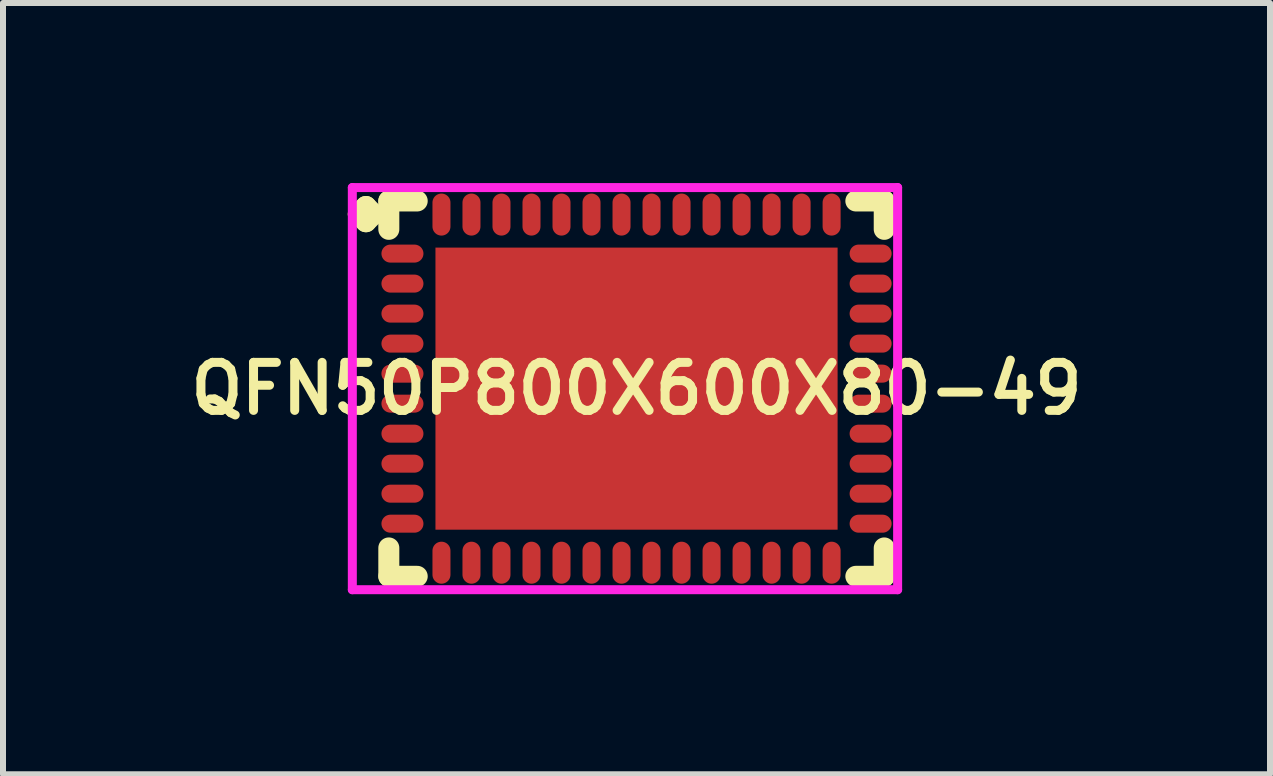
<source format=kicad_pcb>
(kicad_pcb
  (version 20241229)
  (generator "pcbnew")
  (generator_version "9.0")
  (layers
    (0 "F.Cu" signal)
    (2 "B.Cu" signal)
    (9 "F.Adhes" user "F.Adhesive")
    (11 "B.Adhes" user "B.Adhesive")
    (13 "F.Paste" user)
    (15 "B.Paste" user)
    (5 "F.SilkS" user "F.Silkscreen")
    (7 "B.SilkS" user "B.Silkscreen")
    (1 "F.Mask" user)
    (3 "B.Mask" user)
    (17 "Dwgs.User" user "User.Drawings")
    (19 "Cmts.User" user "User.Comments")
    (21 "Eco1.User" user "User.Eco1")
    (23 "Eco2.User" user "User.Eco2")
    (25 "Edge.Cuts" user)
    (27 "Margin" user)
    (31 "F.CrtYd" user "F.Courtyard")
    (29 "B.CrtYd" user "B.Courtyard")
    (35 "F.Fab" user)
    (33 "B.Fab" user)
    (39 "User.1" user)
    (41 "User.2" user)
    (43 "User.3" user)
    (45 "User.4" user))
  (footprint "QFN50P800X600X80-49"
    (layer "F.Cu")
    (at 7.555 3.425)
    (property "Reference" "QFN50P800X600X80-49" (at 0 0 0) (layer "F.SilkS") (effects (font (size 0.8 0.8) (thickness 0.15))))
    (attr smd)
    (fp_line (start -4.635 -2.908) (end -4.508 -3.035) (stroke (width 0.35) (type solid)) (layer "F.SilkS"))
    (fp_line (start -4.508 -3.035) (end -4.381 -2.908) (stroke (width 0.35) (type solid)) (layer "F.SilkS"))
    (fp_line (start -4.508 -2.781) (end -4.635 -2.908) (stroke (width 0.35) (type solid)) (layer "F.SilkS"))
    (fp_line (start -4.381 -2.908) (end -4.508 -2.781) (stroke (width 0.35) (type solid)) (layer "F.SilkS"))
    (fp_line (start -4.127 -3.127) (end -3.654 -3.127) (stroke (width 0.35) (type solid)) (layer "F.SilkS"))
    (fp_line (start -4.127 -2.654) (end -4.127 -3.127) (stroke (width 0.35) (type solid)) (layer "F.SilkS"))
    (fp_line (start -4.127 2.654) (end -4.127 3.127) (stroke (width 0.35) (type solid)) (layer "F.SilkS"))
    (fp_line (start -4.127 3.127) (end -3.654 3.127) (stroke (width 0.35) (type solid)) (layer "F.SilkS"))
    (fp_line (start 3.654 -3.127) (end 4.127 -3.127) (stroke (width 0.35) (type solid)) (layer "F.SilkS"))
    (fp_line (start 3.654 3.127) (end 4.127 3.127) (stroke (width 0.35) (type solid)) (layer "F.SilkS"))
    (fp_line (start 4.127 -3.127) (end 4.127 -2.654) (stroke (width 0.35) (type solid)) (layer "F.SilkS"))
    (fp_line (start 4.127 3.127) (end 4.127 2.654) (stroke (width 0.35) (type solid)) (layer "F.SilkS"))
    (fp_line (start -4.735 -3.35) (end 4.35 -3.35) (stroke (width 0.15) (type solid)) (layer "F.CrtYd"))
    (fp_line (start -4.735 3.35) (end -4.735 -3.35) (stroke (width 0.15) (type solid)) (layer "F.CrtYd"))
    (fp_line (start 4.35 -3.35) (end 4.35 3.35) (stroke (width 0.15) (type solid)) (layer "F.CrtYd"))
    (fp_line (start 4.35 3.35) (end -4.735 3.35) (stroke (width 0.15) (type solid)) (layer "F.CrtYd"))
    (pad "1" smd oval (at -3.9 -2.25) (size 0.7 0.3) (layers "F.Cu" "F.Mask" "F.Paste"))
    (pad "2" smd oval (at -3.9 -1.75) (size 0.7 0.3) (layers "F.Cu" "F.Mask" "F.Paste"))
    (pad "3" smd oval (at -3.9 -1.25) (size 0.7 0.3) (layers "F.Cu" "F.Mask" "F.Paste"))
    (pad "4" smd oval (at -3.9 -0.75) (size 0.7 0.3) (layers "F.Cu" "F.Mask" "F.Paste"))
    (pad "5" smd oval (at -3.9 -0.25) (size 0.7 0.3) (layers "F.Cu" "F.Mask" "F.Paste"))
    (pad "6" smd oval (at -3.9 0.25) (size 0.7 0.3) (layers "F.Cu" "F.Mask" "F.Paste"))
    (pad "7" smd oval (at -3.9 0.75) (size 0.7 0.3) (layers "F.Cu" "F.Mask" "F.Paste"))
    (pad "8" smd oval (at -3.9 1.25) (size 0.7 0.3) (layers "F.Cu" "F.Mask" "F.Paste"))
    (pad "9" smd oval (at -3.9 1.75) (size 0.7 0.3) (layers "F.Cu" "F.Mask" "F.Paste"))
    (pad "10" smd oval (at -3.9 2.25) (size 0.7 0.3) (layers "F.Cu" "F.Mask" "F.Paste"))
    (pad "11" smd oval (at -3.25 2.9) (size 0.3 0.7) (layers "F.Cu" "F.Mask" "F.Paste"))
    (pad "12" smd oval (at -2.75 2.9) (size 0.3 0.7) (layers "F.Cu" "F.Mask" "F.Paste"))
    (pad "13" smd oval (at -2.25 2.9) (size 0.3 0.7) (layers "F.Cu" "F.Mask" "F.Paste"))
    (pad "14" smd oval (at -1.75 2.9) (size 0.3 0.7) (layers "F.Cu" "F.Mask" "F.Paste"))
    (pad "15" smd oval (at -1.25 2.9) (size 0.3 0.7) (layers "F.Cu" "F.Mask" "F.Paste"))
    (pad "16" smd oval (at -0.75 2.9) (size 0.3 0.7) (layers "F.Cu" "F.Mask" "F.Paste"))
    (pad "17" smd oval (at -0.25 2.9) (size 0.3 0.7) (layers "F.Cu" "F.Mask" "F.Paste"))
    (pad "18" smd oval (at 0.25 2.9) (size 0.3 0.7) (layers "F.Cu" "F.Mask" "F.Paste"))
    (pad "19" smd oval (at 0.75 2.9) (size 0.3 0.7) (layers "F.Cu" "F.Mask" "F.Paste"))
    (pad "20" smd oval (at 1.25 2.9) (size 0.3 0.7) (layers "F.Cu" "F.Mask" "F.Paste"))
    (pad "21" smd oval (at 1.75 2.9) (size 0.3 0.7) (layers "F.Cu" "F.Mask" "F.Paste"))
    (pad "22" smd oval (at 2.25 2.9) (size 0.3 0.7) (layers "F.Cu" "F.Mask" "F.Paste"))
    (pad "23" smd oval (at 2.75 2.9) (size 0.3 0.7) (layers "F.Cu" "F.Mask" "F.Paste"))
    (pad "24" smd oval (at 3.25 2.9) (size 0.3 0.7) (layers "F.Cu" "F.Mask" "F.Paste"))
    (pad "25" smd oval (at 3.9 2.25) (size 0.7 0.3) (layers "F.Cu" "F.Mask" "F.Paste"))
    (pad "26" smd oval (at 3.9 1.75) (size 0.7 0.3) (layers "F.Cu" "F.Mask" "F.Paste"))
    (pad "27" smd oval (at 3.9 1.25) (size 0.7 0.3) (layers "F.Cu" "F.Mask" "F.Paste"))
    (pad "28" smd oval (at 3.9 0.75) (size 0.7 0.3) (layers "F.Cu" "F.Mask" "F.Paste"))
    (pad "29" smd oval (at 3.9 0.25) (size 0.7 0.3) (layers "F.Cu" "F.Mask" "F.Paste"))
    (pad "30" smd oval (at 3.9 -0.25) (size 0.7 0.3) (layers "F.Cu" "F.Mask" "F.Paste"))
    (pad "31" smd oval (at 3.9 -0.75) (size 0.7 0.3) (layers "F.Cu" "F.Mask" "F.Paste"))
    (pad "32" smd oval (at 3.9 -1.25) (size 0.7 0.3) (layers "F.Cu" "F.Mask" "F.Paste"))
    (pad "33" smd oval (at 3.9 -1.75) (size 0.7 0.3) (layers "F.Cu" "F.Mask" "F.Paste"))
    (pad "34" smd oval (at 3.9 -2.25) (size 0.7 0.3) (layers "F.Cu" "F.Mask" "F.Paste"))
    (pad "35" smd oval (at 3.25 -2.9) (size 0.3 0.7) (layers "F.Cu" "F.Mask" "F.Paste"))
    (pad "36" smd oval (at 2.75 -2.9) (size 0.3 0.7) (layers "F.Cu" "F.Mask" "F.Paste"))
    (pad "37" smd oval (at 2.25 -2.9) (size 0.3 0.7) (layers "F.Cu" "F.Mask" "F.Paste"))
    (pad "38" smd oval (at 1.75 -2.9) (size 0.3 0.7) (layers "F.Cu" "F.Mask" "F.Paste"))
    (pad "39" smd oval (at 1.25 -2.9) (size 0.3 0.7) (layers "F.Cu" "F.Mask" "F.Paste"))
    (pad "40" smd oval (at 0.75 -2.9) (size 0.3 0.7) (layers "F.Cu" "F.Mask" "F.Paste"))
    (pad "41" smd oval (at 0.25 -2.9) (size 0.3 0.7) (layers "F.Cu" "F.Mask" "F.Paste"))
    (pad "42" smd oval (at -0.25 -2.9) (size 0.3 0.7) (layers "F.Cu" "F.Mask" "F.Paste"))
    (pad "43" smd oval (at -0.75 -2.9) (size 0.3 0.7) (layers "F.Cu" "F.Mask" "F.Paste"))
    (pad "44" smd oval (at -1.25 -2.9) (size 0.3 0.7) (layers "F.Cu" "F.Mask" "F.Paste"))
    (pad "45" smd oval (at -1.75 -2.9) (size 0.3 0.7) (layers "F.Cu" "F.Mask" "F.Paste"))
    (pad "46" smd oval (at -2.25 -2.9) (size 0.3 0.7) (layers "F.Cu" "F.Mask" "F.Paste"))
    (pad "47" smd oval (at -2.75 -2.9) (size 0.3 0.7) (layers "F.Cu" "F.Mask" "F.Paste"))
    (pad "48" smd oval (at -3.25 -2.9) (size 0.3 0.7) (layers "F.Cu" "F.Mask" "F.Paste"))
    (pad "49" smd rect (at 0 0) (size 6.7 4.7) (layers "F.Cu" "F.Mask" "F.Paste")))
  (gr_rect
    (start -3 -3)
    (end 18.109 9.85)
    (stroke (width 0.1) (type default))
    (fill no)
    (layer "Edge.Cuts")))
</source>
